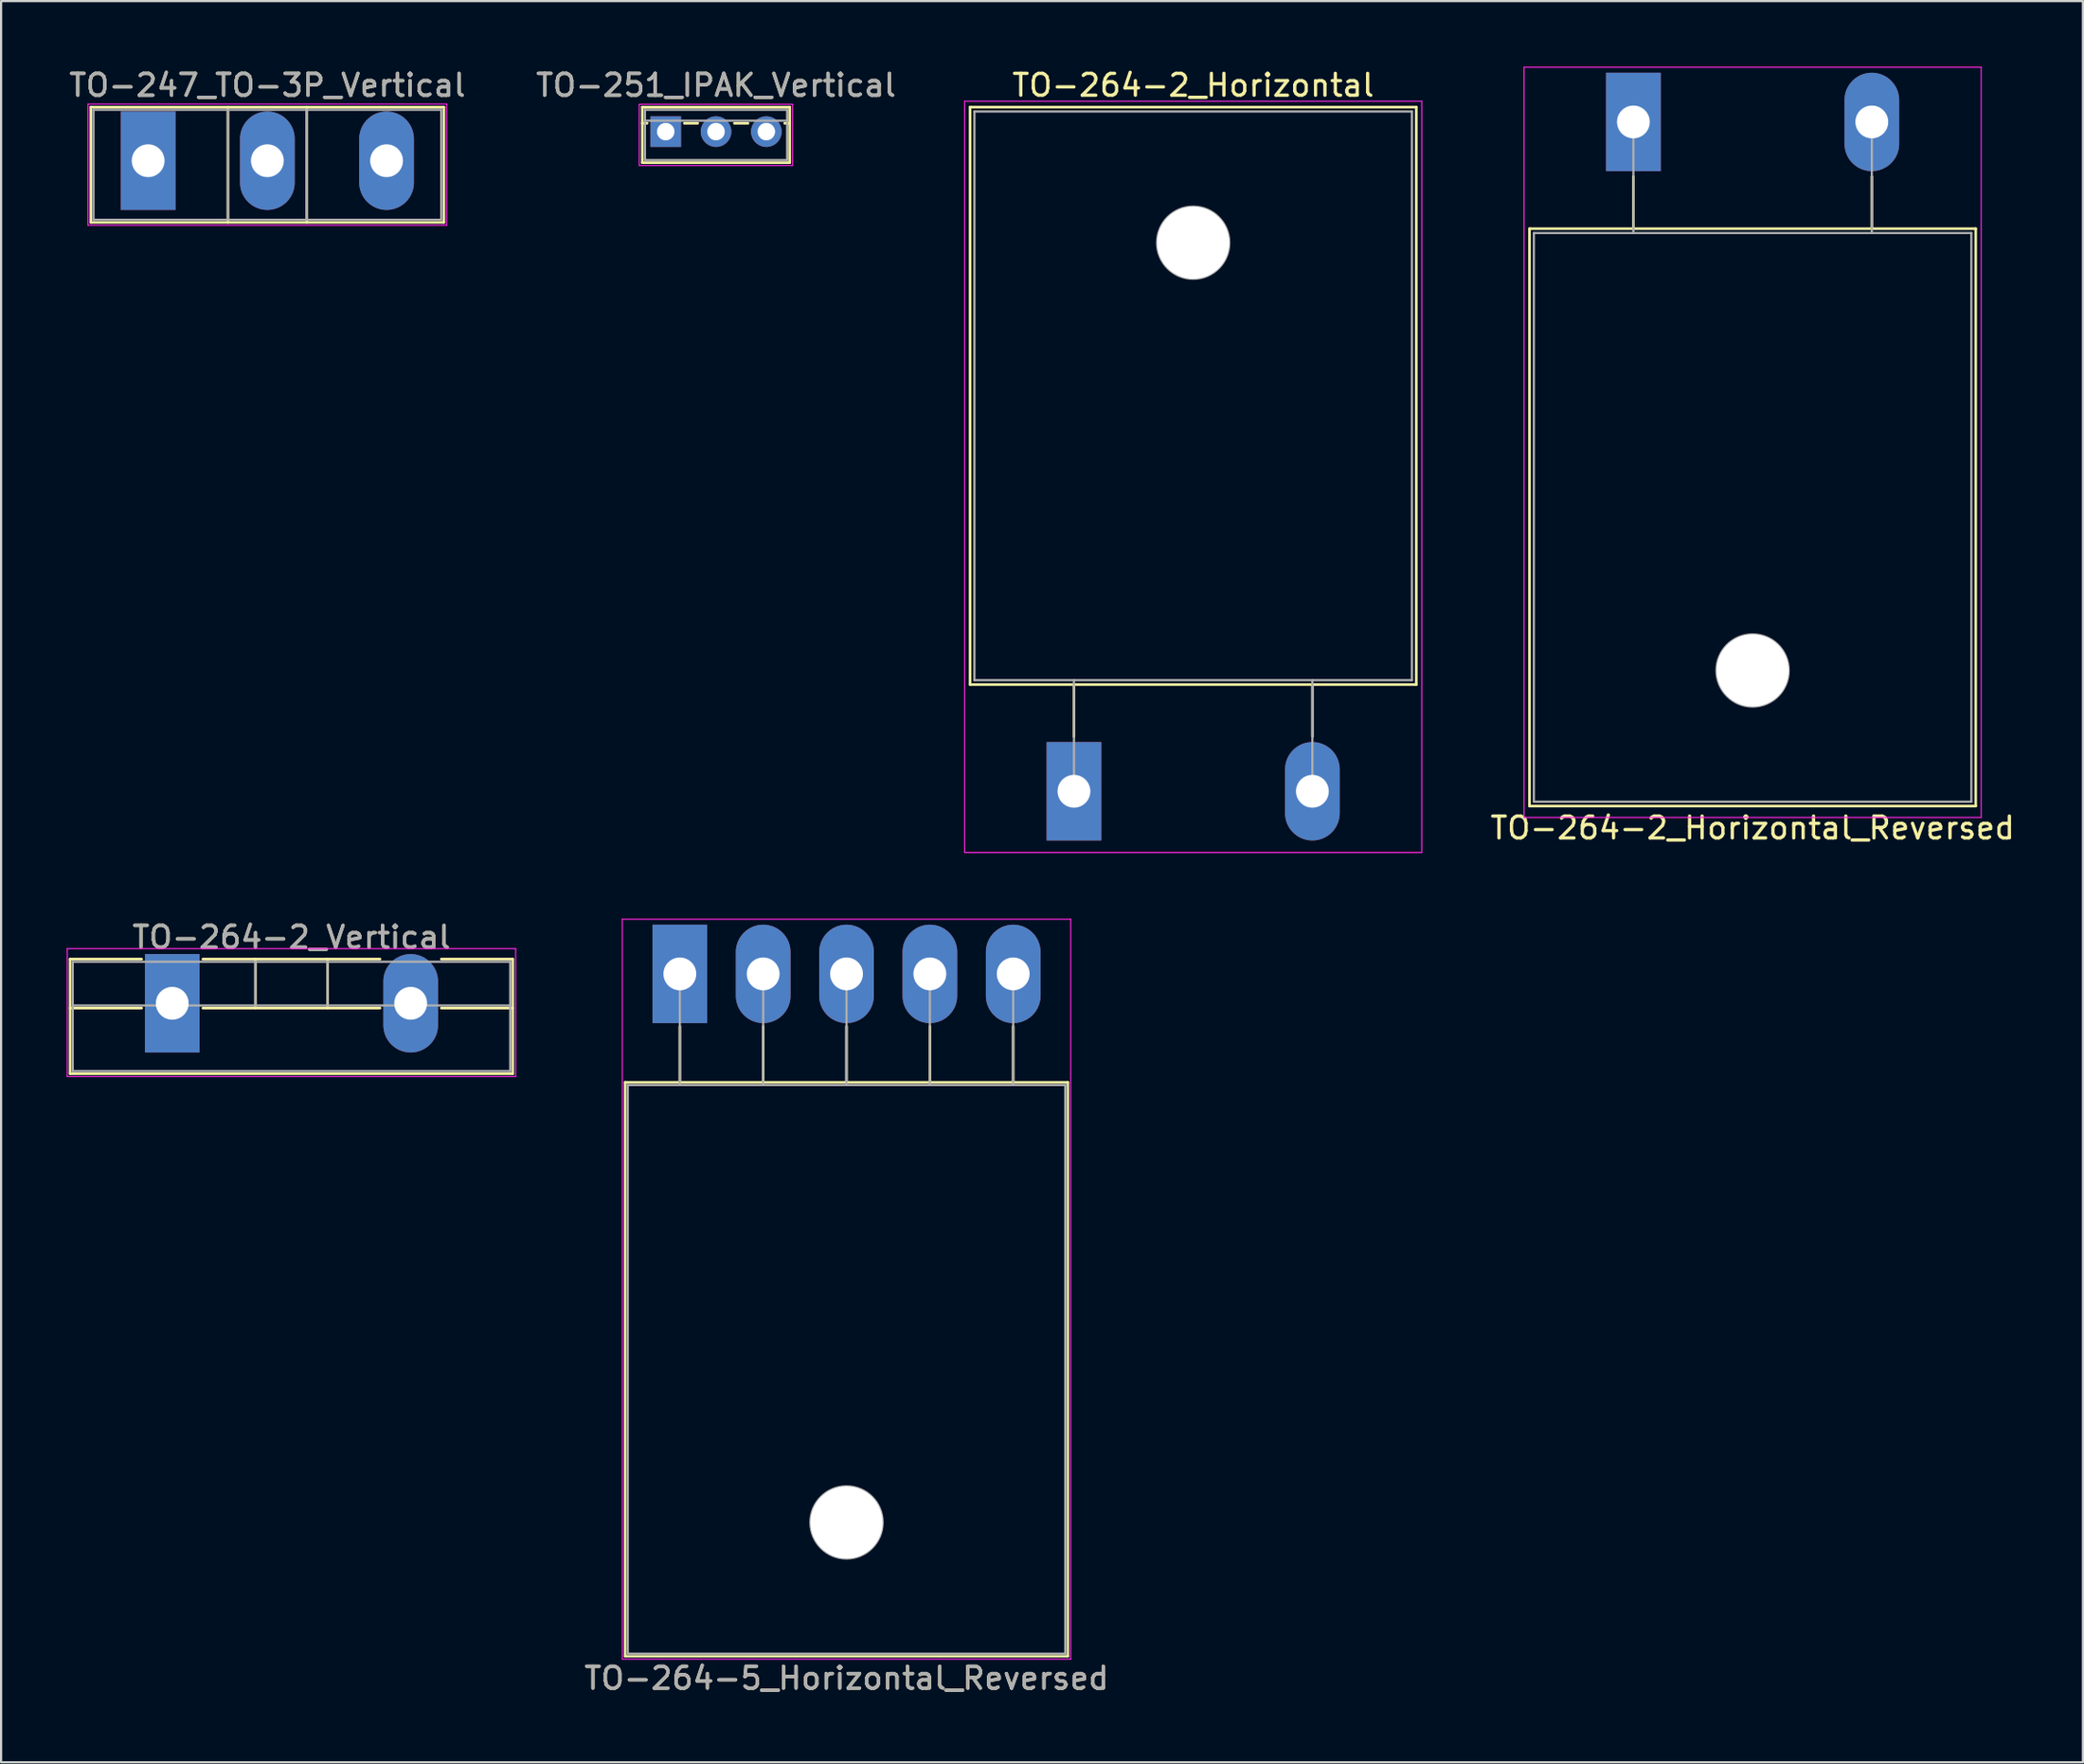
<source format=kicad_pcb>
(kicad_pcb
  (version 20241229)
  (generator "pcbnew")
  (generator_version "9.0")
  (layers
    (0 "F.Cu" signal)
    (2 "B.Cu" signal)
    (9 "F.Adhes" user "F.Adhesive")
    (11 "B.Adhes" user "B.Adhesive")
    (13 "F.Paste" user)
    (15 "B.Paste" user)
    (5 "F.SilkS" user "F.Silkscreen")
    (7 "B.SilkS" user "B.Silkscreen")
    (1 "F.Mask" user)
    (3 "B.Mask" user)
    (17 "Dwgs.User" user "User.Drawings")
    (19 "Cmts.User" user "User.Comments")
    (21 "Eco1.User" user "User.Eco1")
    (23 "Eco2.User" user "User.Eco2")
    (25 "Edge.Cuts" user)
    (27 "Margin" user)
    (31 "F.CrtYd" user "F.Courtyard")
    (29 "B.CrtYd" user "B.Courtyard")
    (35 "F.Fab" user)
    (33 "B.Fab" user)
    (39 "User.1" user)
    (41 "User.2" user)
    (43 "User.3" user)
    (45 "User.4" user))
  (footprint "TO-251_IPAK_Vertical"
    (layer "F.Cu")
    (at 27.385 2.968)
    (property "Reference" "TO-251_IPAK_Vertical" (at 2.3 -2.12 0) (layer "F.SilkS") (effects (font (size 1 1) (thickness 0.15))))
    (attr through_hole)
    (fp_line (start -1.071 -1.12) (end -1.071 1.42) (stroke (width 0.12) (type solid)) (layer "F.SilkS"))
    (fp_line (start -1.071 -1.12) (end 5.67 -1.12) (stroke (width 0.12) (type solid)) (layer "F.SilkS"))
    (fp_line (start -1.071 -0.381) (end -0.85 -0.381) (stroke (width 0.12) (type solid)) (layer "F.SilkS"))
    (fp_line (start -1.071 1.42) (end 5.67 1.42) (stroke (width 0.12) (type solid)) (layer "F.SilkS"))
    (fp_line (start 0.85 -0.381) (end 1.462 -0.381) (stroke (width 0.12) (type solid)) (layer "F.SilkS"))
    (fp_line (start 3.139 -0.381) (end 3.762 -0.381) (stroke (width 0.12) (type solid)) (layer "F.SilkS"))
    (fp_line (start 5.439 -0.381) (end 5.67 -0.381) (stroke (width 0.12) (type solid)) (layer "F.SilkS"))
    (fp_line (start 5.67 -1.12) (end 5.67 1.42) (stroke (width 0.12) (type solid)) (layer "F.SilkS"))
    (fp_line (start -1.21 -1.25) (end -1.21 1.55) (stroke (width 0.05) (type solid)) (layer "F.CrtYd"))
    (fp_line (start -1.21 1.55) (end 5.8 1.55) (stroke (width 0.05) (type solid)) (layer "F.CrtYd"))
    (fp_line (start 5.8 -1.25) (end -1.21 -1.25) (stroke (width 0.05) (type solid)) (layer "F.CrtYd"))
    (fp_line (start 5.8 1.55) (end 5.8 -1.25) (stroke (width 0.05) (type solid)) (layer "F.CrtYd"))
    (fp_line (start -0.95 -1) (end -0.95 1.3) (stroke (width 0.1) (type solid)) (layer "F.Fab"))
    (fp_line (start -0.95 -0.5) (end 5.55 -0.5) (stroke (width 0.1) (type solid)) (layer "F.Fab"))
    (fp_line (start -0.95 1.3) (end 5.55 1.3) (stroke (width 0.1) (type solid)) (layer "F.Fab"))
    (fp_line (start 5.55 -1) (end -0.95 -1) (stroke (width 0.1) (type solid)) (layer "F.Fab"))
    (fp_line (start 5.55 1.3) (end 5.55 -1) (stroke (width 0.1) (type solid)) (layer "F.Fab"))
    (fp_text user "${REFERENCE}" (at 2.3 -2.12 0) (layer "F.Fab") (effects (font (size 1 1) (thickness 0.15))))
    (pad "1" thru_hole rect (at 0 0) (size 1.4 1.4) (drill 0.8) (layers "*.Cu" "*.Mask"))
    (pad "2" thru_hole oval (at 2.3 0) (size 1.4 1.4) (drill 0.8) (layers "*.Cu" "*.Mask"))
    (pad "3" thru_hole oval (at 4.6 0) (size 1.4 1.4) (drill 0.8) (layers "*.Cu" "*.Mask")))
  (footprint "TO-264-2_Horizontal"
    (layer "F.Cu")
    (at 46.049 33.128)
    (property "Reference" "TO-264-2_Horizontal" (at 5.45 -32.28 0) (layer "F.SilkS") (effects (font (size 1 1) (thickness 0.15))))
    (attr through_hole)
    (fp_line (start -4.75 -31.28) (end -4.75 -4.88) (stroke (width 0.12) (type solid)) (layer "F.SilkS"))
    (fp_line (start -4.75 -31.28) (end 15.65 -31.28) (stroke (width 0.12) (type solid)) (layer "F.SilkS"))
    (fp_line (start -4.75 -4.88) (end 15.65 -4.88) (stroke (width 0.12) (type solid)) (layer "F.SilkS"))
    (fp_line (start 0 -4.88) (end 0 -2.5) (stroke (width 0.12) (type solid)) (layer "F.SilkS"))
    (fp_line (start 10.9 -4.88) (end 10.9 -2.5) (stroke (width 0.12) (type solid)) (layer "F.SilkS"))
    (fp_line (start 15.65 -31.28) (end 15.65 -4.88) (stroke (width 0.12) (type solid)) (layer "F.SilkS"))
    (fp_line (start -5 -31.55) (end -5 2.8) (stroke (width 0.05) (type solid)) (layer "F.CrtYd"))
    (fp_line (start -5 2.8) (end 15.9 2.8) (stroke (width 0.05) (type solid)) (layer "F.CrtYd"))
    (fp_line (start 15.9 -31.55) (end -5 -31.55) (stroke (width 0.05) (type solid)) (layer "F.CrtYd"))
    (fp_line (start 15.9 2.8) (end 15.9 -31.55) (stroke (width 0.05) (type solid)) (layer "F.CrtYd"))
    (fp_line (start -4.55 -31.08) (end 15.45 -31.08) (stroke (width 0.1) (type solid)) (layer "F.Fab"))
    (fp_line (start -4.55 -5.08) (end -4.55 -31.08) (stroke (width 0.1) (type solid)) (layer "F.Fab"))
    (fp_line (start 0 -5.08) (end 0 0) (stroke (width 0.1) (type solid)) (layer "F.Fab"))
    (fp_line (start 10.9 -5.08) (end 10.9 0) (stroke (width 0.1) (type solid)) (layer "F.Fab"))
    (fp_line (start 15.45 -31.08) (end 15.45 -5.08) (stroke (width 0.1) (type solid)) (layer "F.Fab"))
    (fp_line (start 15.45 -5.08) (end -4.55 -5.08) (stroke (width 0.1) (type solid)) (layer "F.Fab"))
    (fp_circle (center 5.45 -25.08) (end 7.1 -25.08) (stroke (width 0.1) (type solid)) (fill no) (layer "F.Fab"))
    (pad "" np_thru_hole oval (at 5.45 -25.08) (size 3.3 3.3) (drill 3.3) (layers "*.Cu" "*.Mask"))
    (pad "1" thru_hole rect (at 0 0) (size 2.5 4.5) (drill 1.5) (layers "*.Cu" "*.Mask"))
    (pad "2" thru_hole oval (at 10.9 0) (size 2.5 4.5) (drill 1.5) (layers "*.Cu" "*.Mask")))
  (footprint "TO-264-2_Horizontal_Reversed"
    (layer "F.Cu")
    (at 71.625 2.525)
    (property "Reference" "TO-264-2_Horizontal_Reversed" (at 5.45 32.28 0) (layer "F.SilkS") (effects (font (size 1 1) (thickness 0.15))))
    (attr through_hole)
    (fp_line (start -4.75 4.88) (end -4.75 31.28) (stroke (width 0.12) (type solid)) (layer "F.SilkS"))
    (fp_line (start -4.75 4.88) (end 15.65 4.88) (stroke (width 0.12) (type solid)) (layer "F.SilkS"))
    (fp_line (start -4.75 31.28) (end 15.65 31.28) (stroke (width 0.12) (type solid)) (layer "F.SilkS"))
    (fp_line (start 0 2.5) (end 0 4.88) (stroke (width 0.12) (type solid)) (layer "F.SilkS"))
    (fp_line (start 10.9 2.5) (end 10.9 4.88) (stroke (width 0.12) (type solid)) (layer "F.SilkS"))
    (fp_line (start 15.65 4.88) (end 15.65 31.28) (stroke (width 0.12) (type solid)) (layer "F.SilkS"))
    (fp_line (start -5 -2.5) (end -5 31.8) (stroke (width 0.05) (type solid)) (layer "F.CrtYd"))
    (fp_line (start -5 31.8) (end 15.9 31.8) (stroke (width 0.05) (type solid)) (layer "F.CrtYd"))
    (fp_line (start 15.9 -2.5) (end -5 -2.5) (stroke (width 0.05) (type solid)) (layer "F.CrtYd"))
    (fp_line (start 15.9 31.8) (end 15.9 -2.5) (stroke (width 0.05) (type solid)) (layer "F.CrtYd"))
    (fp_line (start -4.55 5.08) (end -4.55 31.08) (stroke (width 0.1) (type solid)) (layer "F.Fab"))
    (fp_line (start -4.55 31.08) (end 15.45 31.08) (stroke (width 0.1) (type solid)) (layer "F.Fab"))
    (fp_line (start 0 5.08) (end 0 0) (stroke (width 0.1) (type solid)) (layer "F.Fab"))
    (fp_line (start 10.9 5.08) (end 10.9 0) (stroke (width 0.1) (type solid)) (layer "F.Fab"))
    (fp_line (start 15.45 5.08) (end -4.55 5.08) (stroke (width 0.1) (type solid)) (layer "F.Fab"))
    (fp_line (start 15.45 31.08) (end 15.45 5.08) (stroke (width 0.1) (type solid)) (layer "F.Fab"))
    (fp_circle (center 5.45 25.08) (end 7.1 25.08) (stroke (width 0.1) (type solid)) (fill no) (layer "F.Fab"))
    (pad "" np_thru_hole oval (at 5.45 25.08) (size 3.3 3.3) (drill 3.3) (layers "*.Cu" "*.Mask"))
    (pad "1" thru_hole rect (at 0 0) (size 2.5 4.5) (drill 1.5) (layers "*.Cu" "*.Mask"))
    (pad "2" thru_hole oval (at 10.9 0) (size 2.5 4.5) (drill 1.5) (layers "*.Cu" "*.Mask")))
  (footprint "TO-264-2_Vertical"
    (layer "F.Cu")
    (at 4.825 42.822)
    (property "Reference" "TO-264-2_Vertical" (at 5.45 -3.02 0) (layer "F.SilkS") (effects (font (size 1 1) (thickness 0.15))))
    (attr through_hole)
    (fp_line (start -4.67 -2.021) (end -4.67 3.22) (stroke (width 0.12) (type solid)) (layer "F.SilkS"))
    (fp_line (start -4.67 -2.021) (end -1.4 -2.021) (stroke (width 0.12) (type solid)) (layer "F.SilkS"))
    (fp_line (start -4.67 0.22) (end -1.4 0.22) (stroke (width 0.12) (type solid)) (layer "F.SilkS"))
    (fp_line (start -4.67 3.22) (end 15.57 3.22) (stroke (width 0.12) (type solid)) (layer "F.SilkS"))
    (fp_line (start 1.4 -2.021) (end 9.5 -2.021) (stroke (width 0.12) (type solid)) (layer "F.SilkS"))
    (fp_line (start 1.4 0.22) (end 9.5 0.22) (stroke (width 0.12) (type solid)) (layer "F.SilkS"))
    (fp_line (start 3.8 -2.021) (end 3.8 0.22) (stroke (width 0.12) (type solid)) (layer "F.SilkS"))
    (fp_line (start 7.1 -2.021) (end 7.1 0.22) (stroke (width 0.12) (type solid)) (layer "F.SilkS"))
    (fp_line (start 12.3 -2.021) (end 15.57 -2.021) (stroke (width 0.12) (type solid)) (layer "F.SilkS"))
    (fp_line (start 12.3 0.22) (end 15.57 0.22) (stroke (width 0.12) (type solid)) (layer "F.SilkS"))
    (fp_line (start 15.57 -2.021) (end 15.57 3.22) (stroke (width 0.12) (type solid)) (layer "F.SilkS"))
    (fp_line (start -4.8 -2.5) (end -4.8 3.35) (stroke (width 0.05) (type solid)) (layer "F.CrtYd"))
    (fp_line (start -4.8 3.35) (end 15.7 3.35) (stroke (width 0.05) (type solid)) (layer "F.CrtYd"))
    (fp_line (start 15.7 -2.5) (end -4.8 -2.5) (stroke (width 0.05) (type solid)) (layer "F.CrtYd"))
    (fp_line (start 15.7 3.35) (end 15.7 -2.5) (stroke (width 0.05) (type solid)) (layer "F.CrtYd"))
    (fp_line (start -4.55 -1.9) (end -4.55 3.1) (stroke (width 0.1) (type solid)) (layer "F.Fab"))
    (fp_line (start -4.55 0.1) (end 15.45 0.1) (stroke (width 0.1) (type solid)) (layer "F.Fab"))
    (fp_line (start -4.55 3.1) (end 15.45 3.1) (stroke (width 0.1) (type solid)) (layer "F.Fab"))
    (fp_line (start 3.8 -1.9) (end 3.8 0.1) (stroke (width 0.1) (type solid)) (layer "F.Fab"))
    (fp_line (start 7.1 -1.9) (end 7.1 0.1) (stroke (width 0.1) (type solid)) (layer "F.Fab"))
    (fp_line (start 15.45 -1.9) (end -4.55 -1.9) (stroke (width 0.1) (type solid)) (layer "F.Fab"))
    (fp_line (start 15.45 3.1) (end 15.45 -1.9) (stroke (width 0.1) (type solid)) (layer "F.Fab"))
    (fp_text user "${REFERENCE}" (at 5.45 -3.02 0) (layer "F.Fab") (effects (font (size 1 1) (thickness 0.15))))
    (pad "1" thru_hole rect (at 0 0) (size 2.5 4.5) (drill 1.5) (layers "*.Cu" "*.Mask"))
    (pad "2" thru_hole oval (at 10.9 0) (size 2.5 4.5) (drill 1.5) (layers "*.Cu" "*.Mask")))
  (footprint "TO-264-5_Horizontal_Reversed"
    (layer "F.Cu")
    (at 28.031 41.478)
    (property "Reference" "TO-264-5_Horizontal_Reversed" (at 7.62 32.2 0) (layer "F.SilkS") (effects (font (size 1 1) (thickness 0.15))))
    (attr through_hole)
    (fp_line (start -2.5 4.96) (end -2.5 31.2) (stroke (width 0.12) (type solid)) (layer "F.SilkS"))
    (fp_line (start -2.5 4.96) (end 17.74 4.96) (stroke (width 0.12) (type solid)) (layer "F.SilkS"))
    (fp_line (start -2.5 31.2) (end 17.74 31.2) (stroke (width 0.12) (type solid)) (layer "F.SilkS"))
    (fp_line (start 0 2.4) (end 0 4.96) (stroke (width 0.12) (type solid)) (layer "F.SilkS"))
    (fp_line (start 3.81 2.4) (end 3.81 4.96) (stroke (width 0.12) (type solid)) (layer "F.SilkS"))
    (fp_line (start 7.62 2.4) (end 7.62 4.96) (stroke (width 0.12) (type solid)) (layer "F.SilkS"))
    (fp_line (start 11.43 2.4) (end 11.43 4.96) (stroke (width 0.12) (type solid)) (layer "F.SilkS"))
    (fp_line (start 15.24 2.4) (end 15.24 4.96) (stroke (width 0.12) (type solid)) (layer "F.SilkS"))
    (fp_line (start 17.74 4.96) (end 17.74 31.2) (stroke (width 0.12) (type solid)) (layer "F.SilkS"))
    (fp_line (start -2.63 -2.5) (end -2.63 31.33) (stroke (width 0.05) (type solid)) (layer "F.CrtYd"))
    (fp_line (start -2.63 31.33) (end 17.87 31.33) (stroke (width 0.05) (type solid)) (layer "F.CrtYd"))
    (fp_line (start 17.87 -2.5) (end -2.63 -2.5) (stroke (width 0.05) (type solid)) (layer "F.CrtYd"))
    (fp_line (start 17.87 31.33) (end 17.87 -2.5) (stroke (width 0.05) (type solid)) (layer "F.CrtYd"))
    (fp_line (start -2.38 5.08) (end -2.38 31.08) (stroke (width 0.1) (type solid)) (layer "F.Fab"))
    (fp_line (start -2.38 31.08) (end 17.62 31.08) (stroke (width 0.1) (type solid)) (layer "F.Fab"))
    (fp_line (start 0 5.08) (end 0 0) (stroke (width 0.1) (type solid)) (layer "F.Fab"))
    (fp_line (start 3.81 5.08) (end 3.81 0) (stroke (width 0.1) (type solid)) (layer "F.Fab"))
    (fp_line (start 7.62 5.08) (end 7.62 0) (stroke (width 0.1) (type solid)) (layer "F.Fab"))
    (fp_line (start 11.43 5.08) (end 11.43 0) (stroke (width 0.1) (type solid)) (layer "F.Fab"))
    (fp_line (start 15.24 5.08) (end 15.24 0) (stroke (width 0.1) (type solid)) (layer "F.Fab"))
    (fp_line (start 17.62 5.08) (end -2.38 5.08) (stroke (width 0.1) (type solid)) (layer "F.Fab"))
    (fp_line (start 17.62 31.08) (end 17.62 5.08) (stroke (width 0.1) (type solid)) (layer "F.Fab"))
    (fp_circle (center 7.62 25.08) (end 9.27 25.08) (stroke (width 0.1) (type solid)) (fill no) (layer "F.Fab"))
    (fp_text user "${REFERENCE}" (at 7.62 32.2 0) (layer "F.Fab") (effects (font (size 1 1) (thickness 0.15))))
    (pad "" np_thru_hole oval (at 7.62 25.08) (size 3.3 3.3) (drill 3.3) (layers "*.Cu" "*.Mask"))
    (pad "1" thru_hole rect (at 0 0) (size 2.5 4.5) (drill 1.5) (layers "*.Cu" "*.Mask"))
    (pad "2" thru_hole oval (at 3.81 0) (size 2.5 4.5) (drill 1.5) (layers "*.Cu" "*.Mask"))
    (pad "3" thru_hole oval (at 7.62 0) (size 2.5 4.5) (drill 1.5) (layers "*.Cu" "*.Mask"))
    (pad "4" thru_hole oval (at 11.43 0) (size 2.5 4.5) (drill 1.5) (layers "*.Cu" "*.Mask"))
    (pad "5" thru_hole oval (at 15.24 0) (size 2.5 4.5) (drill 1.5) (layers "*.Cu" "*.Mask")))
  (footprint "TO-247_TO-3P_Vertical"
    (layer "F.Cu")
    (at 3.723 4.298)
    (property "Reference" "TO-247_TO-3P_Vertical" (at 5.45 -3.45 0) (layer "F.SilkS") (effects (font (size 1 1) (thickness 0.15))))
    (attr through_hole)
    (fp_line (start -2.62 -2.451) (end -2.62 2.82) (stroke (width 0.12) (type solid)) (layer "F.SilkS"))
    (fp_line (start -2.62 -2.451) (end 13.52 -2.451) (stroke (width 0.12) (type solid)) (layer "F.SilkS"))
    (fp_line (start -2.62 2.82) (end 13.52 2.82) (stroke (width 0.12) (type solid)) (layer "F.SilkS"))
    (fp_line (start 3.646 -2.451) (end 3.646 2.82) (stroke (width 0.12) (type solid)) (layer "F.SilkS"))
    (fp_line (start 7.255 -2.451) (end 7.255 2.82) (stroke (width 0.12) (type solid)) (layer "F.SilkS"))
    (fp_line (start 13.52 -2.451) (end 13.52 2.82) (stroke (width 0.12) (type solid)) (layer "F.SilkS"))
    (fp_line (start -2.75 -2.59) (end -2.75 2.95) (stroke (width 0.05) (type solid)) (layer "F.CrtYd"))
    (fp_line (start -2.75 2.95) (end 13.65 2.95) (stroke (width 0.05) (type solid)) (layer "F.CrtYd"))
    (fp_line (start 13.65 -2.59) (end -2.75 -2.59) (stroke (width 0.05) (type solid)) (layer "F.CrtYd"))
    (fp_line (start 13.65 2.95) (end 13.65 -2.59) (stroke (width 0.05) (type solid)) (layer "F.CrtYd"))
    (fp_line (start -2.5 -2.33) (end -2.5 2.7) (stroke (width 0.1) (type solid)) (layer "F.Fab"))
    (fp_line (start -2.5 2.7) (end 13.4 2.7) (stroke (width 0.1) (type solid)) (layer "F.Fab"))
    (fp_line (start 3.645 -2.33) (end 3.645 2.7) (stroke (width 0.1) (type solid)) (layer "F.Fab"))
    (fp_line (start 7.255 -2.33) (end 7.255 2.7) (stroke (width 0.1) (type solid)) (layer "F.Fab"))
    (fp_line (start 13.4 -2.33) (end -2.5 -2.33) (stroke (width 0.1) (type solid)) (layer "F.Fab"))
    (fp_line (start 13.4 2.7) (end 13.4 -2.33) (stroke (width 0.1) (type solid)) (layer "F.Fab"))
    (fp_text user "${REFERENCE}" (at 5.45 -3.45 0) (layer "F.Fab") (effects (font (size 1 1) (thickness 0.15))))
    (pad "1" thru_hole rect (at 0 0) (size 2.5 4.5) (drill 1.5) (layers "*.Cu" "*.Mask"))
    (pad "2" thru_hole oval (at 5.45 0) (size 2.5 4.5) (drill 1.5) (layers "*.Cu" "*.Mask"))
    (pad "3" thru_hole oval (at 10.9 0) (size 2.5 4.5) (drill 1.5) (layers "*.Cu" "*.Mask")))
  (gr_rect
    (start -3 -3)
    (end 92.176 77.526)
    (stroke (width 0.1) (type default))
    (fill no)
    (layer "Edge.Cuts")))
</source>
